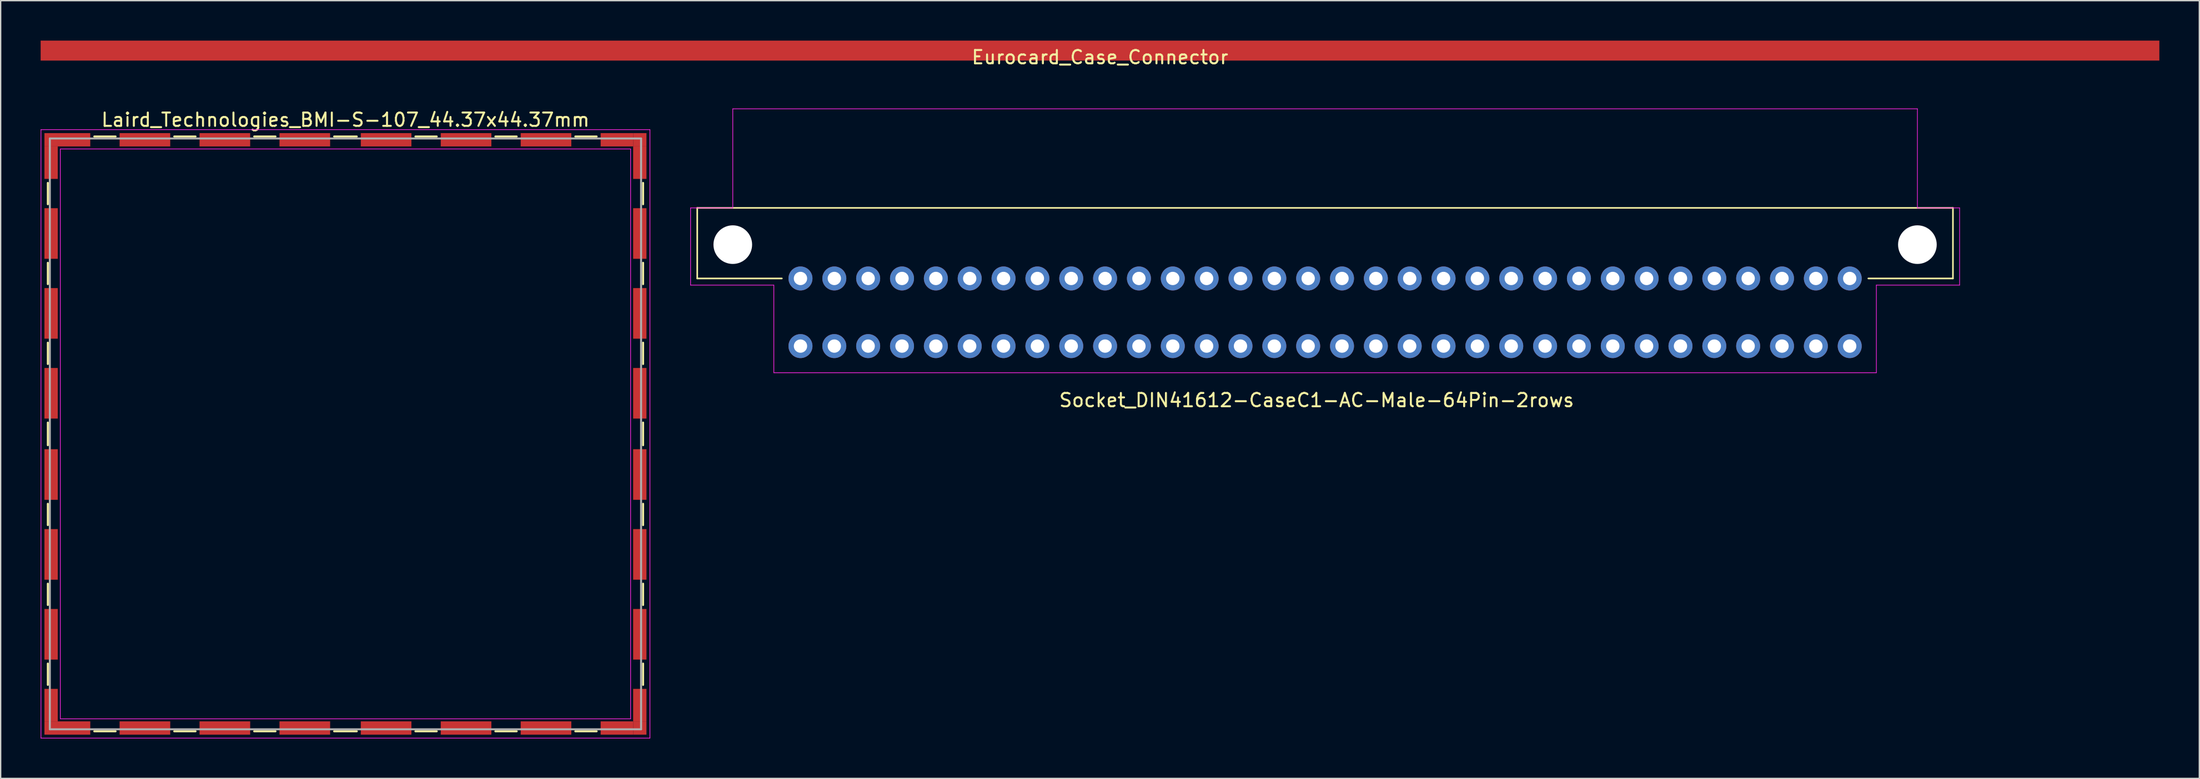
<source format=kicad_pcb>
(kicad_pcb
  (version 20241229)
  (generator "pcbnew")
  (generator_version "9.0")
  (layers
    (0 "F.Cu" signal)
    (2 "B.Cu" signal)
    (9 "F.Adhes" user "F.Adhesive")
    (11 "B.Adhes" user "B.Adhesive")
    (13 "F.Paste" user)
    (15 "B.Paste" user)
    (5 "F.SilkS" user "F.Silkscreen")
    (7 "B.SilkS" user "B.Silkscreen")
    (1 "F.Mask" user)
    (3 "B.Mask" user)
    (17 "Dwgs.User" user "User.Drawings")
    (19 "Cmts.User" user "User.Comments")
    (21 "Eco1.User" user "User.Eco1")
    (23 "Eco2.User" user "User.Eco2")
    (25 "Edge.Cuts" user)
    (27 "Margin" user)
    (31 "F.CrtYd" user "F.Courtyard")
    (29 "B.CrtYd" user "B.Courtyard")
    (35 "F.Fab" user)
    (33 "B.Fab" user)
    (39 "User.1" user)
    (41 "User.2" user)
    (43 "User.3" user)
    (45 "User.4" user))
  (footprint "Eurocard_Case_Connector"
    (layer "F.Cu")
    (at 79.5 0.75)
    (property "Reference" "Eurocard_Case_Connector" (at 0 0.5 0) (layer "F.SilkS") (effects (font (size 1 1) (thickness 0.15))))
    (attr through_hole)
    (pad "1" smd rect (at 0 0) (size 159 1.5) (layers "F.Cu" "F.Mask" "F.Paste")))
  (footprint "Socket_DIN41612-CaseC1-AC-Male-64Pin-2rows"
    (layer "F.Cu")
    (at 57.022 17.863)
    (property "Reference" "Socket_DIN41612-CaseC1-AC-Male-64Pin-2rows" (at 38.735 9.144 180) (layer "F.SilkS") (effects (font (size 1 1) (thickness 0.15))))
    (attr through_hole)
    (fp_line (start -7.747 -5.3) (end 86.487 -5.3) (stroke (width 0.12) (type solid)) (layer "F.SilkS"))
    (fp_line (start -7.747 0) (end -7.747 -5.3) (stroke (width 0.12) (type solid)) (layer "F.SilkS"))
    (fp_line (start -7.747 0) (end -1.397 0) (stroke (width 0.12) (type solid)) (layer "F.SilkS"))
    (fp_line (start 86.487 -5.3) (end 86.487 0) (stroke (width 0.12) (type solid)) (layer "F.SilkS"))
    (fp_line (start 86.487 0) (end 80.137 0) (stroke (width 0.12) (type solid)) (layer "F.SilkS"))
    (fp_line (start -8.247 0.5) (end -8.247 -5.3) (stroke (width 0.05) (type solid)) (layer "F.CrtYd"))
    (fp_line (start -5.08 -12.74) (end 83.82 -12.74) (stroke (width 0.05) (type solid)) (layer "F.CrtYd"))
    (fp_line (start -5.08 -5.3) (end -8.247 -5.3) (stroke (width 0.05) (type solid)) (layer "F.CrtYd"))
    (fp_line (start -5.08 -5.3) (end -5.08 -12.74) (stroke (width 0.05) (type solid)) (layer "F.CrtYd"))
    (fp_line (start -2 0.5) (end -8.247 0.5) (stroke (width 0.05) (type solid)) (layer "F.CrtYd"))
    (fp_line (start -2 7.08) (end -2 0.5) (stroke (width 0.05) (type solid)) (layer "F.CrtYd"))
    (fp_line (start 80.74 0.5) (end 80.74 7.08) (stroke (width 0.05) (type solid)) (layer "F.CrtYd"))
    (fp_line (start 80.74 7.08) (end -2 7.08) (stroke (width 0.05) (type solid)) (layer "F.CrtYd"))
    (fp_line (start 83.82 -12.74) (end 83.82 -5.3) (stroke (width 0.05) (type solid)) (layer "F.CrtYd"))
    (fp_line (start 86.987 -5.3) (end 83.82 -5.3) (stroke (width 0.05) (type solid)) (layer "F.CrtYd"))
    (fp_line (start 86.987 -5.3) (end 86.987 0.5) (stroke (width 0.05) (type solid)) (layer "F.CrtYd"))
    (fp_line (start 86.987 0.5) (end 80.74 0.5) (stroke (width 0.05) (type solid)) (layer "F.CrtYd"))
    (pad "" np_thru_hole circle (at -5.08 -2.54 180) (size 2.9 2.9) (drill 2.9) (layers "*.Cu" "*.Mask"))
    (pad "" np_thru_hole circle (at 83.82 -2.54 180) (size 2.9 2.9) (drill 2.9) (layers "*.Cu" "*.Mask"))
    (pad "A1" thru_hole circle (at 0 0) (size 1.8 1.8) (drill 1) (layers "*.Cu" "*.Mask"))
    (pad "A2" thru_hole circle (at 2.54 0) (size 1.8 1.8) (drill 1) (layers "*.Cu" "*.Mask"))
    (pad "A3" thru_hole circle (at 5.08 0) (size 1.8 1.8) (drill 1) (layers "*.Cu" "*.Mask"))
    (pad "A4" thru_hole circle (at 7.62 0) (size 1.8 1.8) (drill 1) (layers "*.Cu" "*.Mask"))
    (pad "A5" thru_hole circle (at 10.16 0) (size 1.8 1.8) (drill 1) (layers "*.Cu" "*.Mask"))
    (pad "A6" thru_hole circle (at 12.7 0) (size 1.8 1.8) (drill 1) (layers "*.Cu" "*.Mask"))
    (pad "A7" thru_hole circle (at 15.24 0) (size 1.8 1.8) (drill 1) (layers "*.Cu" "*.Mask"))
    (pad "A8" thru_hole circle (at 17.78 0) (size 1.8 1.8) (drill 1) (layers "*.Cu" "*.Mask"))
    (pad "A9" thru_hole circle (at 20.32 0) (size 1.8 1.8) (drill 1) (layers "*.Cu" "*.Mask"))
    (pad "A10" thru_hole circle (at 22.86 0) (size 1.8 1.8) (drill 1) (layers "*.Cu" "*.Mask"))
    (pad "A11" thru_hole circle (at 25.4 0) (size 1.8 1.8) (drill 1) (layers "*.Cu" "*.Mask"))
    (pad "A12" thru_hole circle (at 27.94 0) (size 1.8 1.8) (drill 1) (layers "*.Cu" "*.Mask"))
    (pad "A13" thru_hole circle (at 30.48 0) (size 1.8 1.8) (drill 1) (layers "*.Cu" "*.Mask"))
    (pad "A14" thru_hole circle (at 33.02 0) (size 1.8 1.8) (drill 1) (layers "*.Cu" "*.Mask"))
    (pad "A15" thru_hole circle (at 35.56 0) (size 1.8 1.8) (drill 1) (layers "*.Cu" "*.Mask"))
    (pad "A16" thru_hole circle (at 38.1 0) (size 1.8 1.8) (drill 1) (layers "*.Cu" "*.Mask"))
    (pad "A17" thru_hole circle (at 40.64 0) (size 1.8 1.8) (drill 1) (layers "*.Cu" "*.Mask"))
    (pad "A18" thru_hole circle (at 43.18 0) (size 1.8 1.8) (drill 1) (layers "*.Cu" "*.Mask"))
    (pad "A19" thru_hole circle (at 45.72 0) (size 1.8 1.8) (drill 1) (layers "*.Cu" "*.Mask"))
    (pad "A20" thru_hole circle (at 48.26 0) (size 1.8 1.8) (drill 1) (layers "*.Cu" "*.Mask"))
    (pad "A21" thru_hole circle (at 50.8 0) (size 1.8 1.8) (drill 1) (layers "*.Cu" "*.Mask"))
    (pad "A22" thru_hole circle (at 53.34 0) (size 1.8 1.8) (drill 1) (layers "*.Cu" "*.Mask"))
    (pad "A23" thru_hole circle (at 55.88 0) (size 1.8 1.8) (drill 1) (layers "*.Cu" "*.Mask"))
    (pad "A24" thru_hole circle (at 58.42 0) (size 1.8 1.8) (drill 1) (layers "*.Cu" "*.Mask"))
    (pad "A25" thru_hole circle (at 60.96 0) (size 1.8 1.8) (drill 1) (layers "*.Cu" "*.Mask"))
    (pad "A26" thru_hole circle (at 63.5 0) (size 1.8 1.8) (drill 1) (layers "*.Cu" "*.Mask"))
    (pad "A27" thru_hole circle (at 66.04 0) (size 1.8 1.8) (drill 1) (layers "*.Cu" "*.Mask"))
    (pad "A28" thru_hole circle (at 68.58 0) (size 1.8 1.8) (drill 1) (layers "*.Cu" "*.Mask"))
    (pad "A29" thru_hole circle (at 71.12 0) (size 1.8 1.8) (drill 1) (layers "*.Cu" "*.Mask"))
    (pad "A30" thru_hole circle (at 73.66 0) (size 1.8 1.8) (drill 1) (layers "*.Cu" "*.Mask"))
    (pad "A31" thru_hole circle (at 76.2 0) (size 1.8 1.8) (drill 1) (layers "*.Cu" "*.Mask"))
    (pad "A32" thru_hole circle (at 78.74 0) (size 1.8 1.8) (drill 1) (layers "*.Cu" "*.Mask"))
    (pad "C1" thru_hole circle (at 0 5.08) (size 1.8 1.8) (drill 1) (layers "*.Cu" "*.Mask"))
    (pad "C2" thru_hole circle (at 2.54 5.08) (size 1.8 1.8) (drill 1) (layers "*.Cu" "*.Mask"))
    (pad "C3" thru_hole circle (at 5.08 5.08) (size 1.8 1.8) (drill 1) (layers "*.Cu" "*.Mask"))
    (pad "C4" thru_hole circle (at 7.62 5.08) (size 1.8 1.8) (drill 1) (layers "*.Cu" "*.Mask"))
    (pad "C5" thru_hole circle (at 10.16 5.08) (size 1.8 1.8) (drill 1) (layers "*.Cu" "*.Mask"))
    (pad "C6" thru_hole circle (at 12.7 5.08) (size 1.8 1.8) (drill 1) (layers "*.Cu" "*.Mask"))
    (pad "C7" thru_hole circle (at 15.24 5.08) (size 1.8 1.8) (drill 1) (layers "*.Cu" "*.Mask"))
    (pad "C8" thru_hole circle (at 17.78 5.08) (size 1.8 1.8) (drill 1) (layers "*.Cu" "*.Mask"))
    (pad "C9" thru_hole circle (at 20.32 5.08) (size 1.8 1.8) (drill 1) (layers "*.Cu" "*.Mask"))
    (pad "C10" thru_hole circle (at 22.86 5.08) (size 1.8 1.8) (drill 1) (layers "*.Cu" "*.Mask"))
    (pad "C11" thru_hole circle (at 25.4 5.08) (size 1.8 1.8) (drill 1) (layers "*.Cu" "*.Mask"))
    (pad "C12" thru_hole circle (at 27.94 5.08) (size 1.8 1.8) (drill 1) (layers "*.Cu" "*.Mask"))
    (pad "C13" thru_hole circle (at 30.48 5.08) (size 1.8 1.8) (drill 1) (layers "*.Cu" "*.Mask"))
    (pad "C14" thru_hole circle (at 33.02 5.08) (size 1.8 1.8) (drill 1) (layers "*.Cu" "*.Mask"))
    (pad "C15" thru_hole circle (at 35.56 5.08) (size 1.8 1.8) (drill 1) (layers "*.Cu" "*.Mask"))
    (pad "C16" thru_hole circle (at 38.1 5.08) (size 1.8 1.8) (drill 1) (layers "*.Cu" "*.Mask"))
    (pad "C17" thru_hole circle (at 40.64 5.08) (size 1.8 1.8) (drill 1) (layers "*.Cu" "*.Mask"))
    (pad "C18" thru_hole circle (at 43.18 5.08) (size 1.8 1.8) (drill 1) (layers "*.Cu" "*.Mask"))
    (pad "C19" thru_hole circle (at 45.72 5.08) (size 1.8 1.8) (drill 1) (layers "*.Cu" "*.Mask"))
    (pad "C20" thru_hole circle (at 48.26 5.08) (size 1.8 1.8) (drill 1) (layers "*.Cu" "*.Mask"))
    (pad "C21" thru_hole circle (at 50.8 5.08) (size 1.8 1.8) (drill 1) (layers "*.Cu" "*.Mask"))
    (pad "C22" thru_hole circle (at 53.34 5.08) (size 1.8 1.8) (drill 1) (layers "*.Cu" "*.Mask"))
    (pad "C23" thru_hole circle (at 55.88 5.08) (size 1.8 1.8) (drill 1) (layers "*.Cu" "*.Mask"))
    (pad "C24" thru_hole circle (at 58.42 5.08) (size 1.8 1.8) (drill 1) (layers "*.Cu" "*.Mask"))
    (pad "C25" thru_hole circle (at 60.96 5.08) (size 1.8 1.8) (drill 1) (layers "*.Cu" "*.Mask"))
    (pad "C26" thru_hole circle (at 63.5 5.08) (size 1.8 1.8) (drill 1) (layers "*.Cu" "*.Mask"))
    (pad "C27" thru_hole circle (at 66.04 5.08) (size 1.8 1.8) (drill 1) (layers "*.Cu" "*.Mask"))
    (pad "C28" thru_hole circle (at 68.58 5.08) (size 1.8 1.8) (drill 1) (layers "*.Cu" "*.Mask"))
    (pad "C29" thru_hole circle (at 71.12 5.08) (size 1.8 1.8) (drill 1) (layers "*.Cu" "*.Mask"))
    (pad "C30" thru_hole circle (at 73.66 5.08) (size 1.8 1.8) (drill 1) (layers "*.Cu" "*.Mask"))
    (pad "C31" thru_hole circle (at 76.2 5.08) (size 1.8 1.8) (drill 1) (layers "*.Cu" "*.Mask"))
    (pad "C32" thru_hole circle (at 78.74 5.08) (size 1.8 1.8) (drill 1) (layers "*.Cu" "*.Mask")))
  (footprint "Laird_Technologies_BMI-S-107_44.37x44.37mm"
    (layer "F.Cu")
    (at 22.875 29.537)
    (property "Reference" "Laird_Technologies_BMI-S-107_44.37x44.37mm" (at 0 -23.59 0) (layer "F.SilkS") (effects (font (size 1 1) (thickness 0.15))))
    (attr smd)
    (fp_line (start -22.335 -18.85) (end -22.335 -17.25) (stroke (width 0.15) (type solid)) (layer "F.SilkS"))
    (fp_line (start -22.335 -12.85) (end -22.335 -11.25) (stroke (width 0.15) (type solid)) (layer "F.SilkS"))
    (fp_line (start -22.335 -6.85) (end -22.335 -5.25) (stroke (width 0.15) (type solid)) (layer "F.SilkS"))
    (fp_line (start -22.335 -0.85) (end -22.335 0.85) (stroke (width 0.15) (type solid)) (layer "F.SilkS"))
    (fp_line (start -22.335 5.25) (end -22.335 6.85) (stroke (width 0.15) (type solid)) (layer "F.SilkS"))
    (fp_line (start -22.335 11.25) (end -22.335 12.85) (stroke (width 0.15) (type solid)) (layer "F.SilkS"))
    (fp_line (start -22.335 17.25) (end -22.335 18.85) (stroke (width 0.15) (type solid)) (layer "F.SilkS"))
    (fp_line (start -18.85 -22.335) (end -17.25 -22.335) (stroke (width 0.15) (type solid)) (layer "F.SilkS"))
    (fp_line (start -18.85 22.335) (end -17.25 22.335) (stroke (width 0.15) (type solid)) (layer "F.SilkS"))
    (fp_line (start -12.85 -22.335) (end -11.25 -22.335) (stroke (width 0.15) (type solid)) (layer "F.SilkS"))
    (fp_line (start -12.85 22.335) (end -11.25 22.335) (stroke (width 0.15) (type solid)) (layer "F.SilkS"))
    (fp_line (start -6.85 -22.335) (end -5.25 -22.335) (stroke (width 0.15) (type solid)) (layer "F.SilkS"))
    (fp_line (start -6.85 22.335) (end -5.25 22.335) (stroke (width 0.15) (type solid)) (layer "F.SilkS"))
    (fp_line (start -0.85 -22.335) (end 0.85 -22.335) (stroke (width 0.15) (type solid)) (layer "F.SilkS"))
    (fp_line (start -0.85 22.335) (end 0.85 22.335) (stroke (width 0.15) (type solid)) (layer "F.SilkS"))
    (fp_line (start 5.25 -22.335) (end 6.85 -22.335) (stroke (width 0.15) (type solid)) (layer "F.SilkS"))
    (fp_line (start 5.25 22.335) (end 6.85 22.335) (stroke (width 0.15) (type solid)) (layer "F.SilkS"))
    (fp_line (start 11.25 -22.335) (end 12.85 -22.335) (stroke (width 0.15) (type solid)) (layer "F.SilkS"))
    (fp_line (start 11.25 22.335) (end 12.85 22.335) (stroke (width 0.15) (type solid)) (layer "F.SilkS"))
    (fp_line (start 17.25 -22.335) (end 18.85 -22.335) (stroke (width 0.15) (type solid)) (layer "F.SilkS"))
    (fp_line (start 17.25 22.335) (end 18.85 22.335) (stroke (width 0.15) (type solid)) (layer "F.SilkS"))
    (fp_line (start 22.335 -18.85) (end 22.335 -17.25) (stroke (width 0.15) (type solid)) (layer "F.SilkS"))
    (fp_line (start 22.335 -12.85) (end 22.335 -11.25) (stroke (width 0.15) (type solid)) (layer "F.SilkS"))
    (fp_line (start 22.335 -6.85) (end 22.335 -5.25) (stroke (width 0.15) (type solid)) (layer "F.SilkS"))
    (fp_line (start 22.335 -0.85) (end 22.335 0.85) (stroke (width 0.15) (type solid)) (layer "F.SilkS"))
    (fp_line (start 22.335 5.25) (end 22.335 6.85) (stroke (width 0.15) (type solid)) (layer "F.SilkS"))
    (fp_line (start 22.335 11.25) (end 22.335 12.85) (stroke (width 0.15) (type solid)) (layer "F.SilkS"))
    (fp_line (start 22.335 17.25) (end 22.335 18.85) (stroke (width 0.15) (type solid)) (layer "F.SilkS"))
    (fp_line (start -22.85 -22.85) (end -22.85 22.85) (stroke (width 0.05) (type solid)) (layer "F.CrtYd"))
    (fp_line (start -22.85 22.85) (end 22.85 22.85) (stroke (width 0.05) (type solid)) (layer "F.CrtYd"))
    (fp_line (start -21.4 -21.4) (end 21.4 -21.4) (stroke (width 0.05) (type solid)) (layer "F.CrtYd"))
    (fp_line (start -21.4 21.4) (end -21.4 -21.4) (stroke (width 0.05) (type solid)) (layer "F.CrtYd"))
    (fp_line (start 21.4 -21.4) (end 21.4 21.4) (stroke (width 0.05) (type solid)) (layer "F.CrtYd"))
    (fp_line (start 21.4 21.4) (end -21.4 21.4) (stroke (width 0.05) (type solid)) (layer "F.CrtYd"))
    (fp_line (start 22.85 -22.85) (end -22.85 -22.85) (stroke (width 0.05) (type solid)) (layer "F.CrtYd"))
    (fp_line (start 22.85 22.85) (end 22.85 -22.85) (stroke (width 0.05) (type solid)) (layer "F.CrtYd"))
    (fp_line (start -22.185 -22.185) (end -22.185 22.185) (stroke (width 0.15) (type solid)) (layer "F.Fab"))
    (fp_line (start -22.185 22.185) (end 22.185 22.185) (stroke (width 0.15) (type solid)) (layer "F.Fab"))
    (fp_line (start 22.185 -22.185) (end -22.185 -22.185) (stroke (width 0.15) (type solid)) (layer "F.Fab"))
    (fp_line (start 22.185 22.185) (end 22.185 -22.185) (stroke (width 0.15) (type solid)) (layer "F.Fab"))
    (pad "1" smd rect (at -22.09 -22.09) (size 1 1) (layers "F.Cu" "F.Mask"))
    (pad "1" smd rect (at -22.09 -20.37) (size 1 2.44) (layers "F.Cu" "F.Mask"))
    (pad "1" smd rect (at -22.09 -15.05) (size 1 3.8) (layers "F.Cu" "F.Mask"))
    (pad "1" smd rect (at -22.09 -9.05) (size 1 3.8) (layers "F.Cu" "F.Mask"))
    (pad "1" smd rect (at -22.09 -3.05) (size 1 3.8) (layers "F.Cu" "F.Mask"))
    (pad "1" smd rect (at -22.09 3.05) (size 1 3.8) (layers "F.Cu" "F.Mask"))
    (pad "1" smd rect (at -22.09 9.05) (size 1 3.8) (layers "F.Cu" "F.Mask"))
    (pad "1" smd rect (at -22.09 15.05) (size 1 3.8) (layers "F.Cu" "F.Mask"))
    (pad "1" smd rect (at -22.09 20.37) (size 1 2.44) (layers "F.Cu" "F.Mask"))
    (pad "1" smd rect (at -22.09 22.09) (size 1 1) (layers "F.Cu" "F.Mask"))
    (pad "1" smd rect (at -20.37 -22.09) (size 2.44 1) (layers "F.Cu" "F.Mask"))
    (pad "1" smd rect (at -20.37 22.09) (size 2.44 1) (layers "F.Cu" "F.Mask"))
    (pad "1" smd rect (at -15.05 -22.09) (size 3.8 1) (layers "F.Cu" "F.Mask"))
    (pad "1" smd rect (at -15.05 22.09) (size 3.8 1) (layers "F.Cu" "F.Mask"))
    (pad "1" smd rect (at -9.05 -22.09) (size 3.8 1) (layers "F.Cu" "F.Mask"))
    (pad "1" smd rect (at -9.05 22.09) (size 3.8 1) (layers "F.Cu" "F.Mask"))
    (pad "1" smd rect (at -3.05 -22.09) (size 3.8 1) (layers "F.Cu" "F.Mask"))
    (pad "1" smd rect (at -3.05 22.09) (size 3.8 1) (layers "F.Cu" "F.Mask"))
    (pad "1" smd rect (at 3.05 -22.09) (size 3.8 1) (layers "F.Cu" "F.Mask"))
    (pad "1" smd rect (at 3.05 22.09) (size 3.8 1) (layers "F.Cu" "F.Mask"))
    (pad "1" smd rect (at 9.05 -22.09) (size 3.8 1) (layers "F.Cu" "F.Mask"))
    (pad "1" smd rect (at 9.05 22.09) (size 3.8 1) (layers "F.Cu" "F.Mask"))
    (pad "1" smd rect (at 15.05 -22.09) (size 3.8 1) (layers "F.Cu" "F.Mask"))
    (pad "1" smd rect (at 15.05 22.09) (size 3.8 1) (layers "F.Cu" "F.Mask"))
    (pad "1" smd rect (at 20.37 -22.09) (size 2.44 1) (layers "F.Cu" "F.Mask"))
    (pad "1" smd rect (at 20.37 22.09) (size 2.44 1) (layers "F.Cu" "F.Mask"))
    (pad "1" smd rect (at 22.09 -22.09) (size 1 1) (layers "F.Cu" "F.Mask"))
    (pad "1" smd rect (at 22.09 -20.37) (size 1 2.44) (layers "F.Cu" "F.Mask"))
    (pad "1" smd rect (at 22.09 -15.05) (size 1 3.8) (layers "F.Cu" "F.Mask"))
    (pad "1" smd rect (at 22.09 -9.05) (size 1 3.8) (layers "F.Cu" "F.Mask"))
    (pad "1" smd rect (at 22.09 -3.05) (size 1 3.8) (layers "F.Cu" "F.Mask"))
    (pad "1" smd rect (at 22.09 3.05) (size 1 3.8) (layers "F.Cu" "F.Mask"))
    (pad "1" smd rect (at 22.09 9.05) (size 1 3.8) (layers "F.Cu" "F.Mask"))
    (pad "1" smd rect (at 22.09 15.05) (size 1 3.8) (layers "F.Cu" "F.Mask"))
    (pad "1" smd rect (at 22.09 20.37) (size 1 2.44) (layers "F.Cu" "F.Mask"))
    (pad "1" smd rect (at 22.09 22.09) (size 1 1) (layers "F.Cu" "F.Mask")))
  (gr_rect
    (start -3 -3)
    (end 162 55.411)
    (stroke (width 0.1) (type default))
    (fill no)
    (layer "Edge.Cuts")))
</source>
